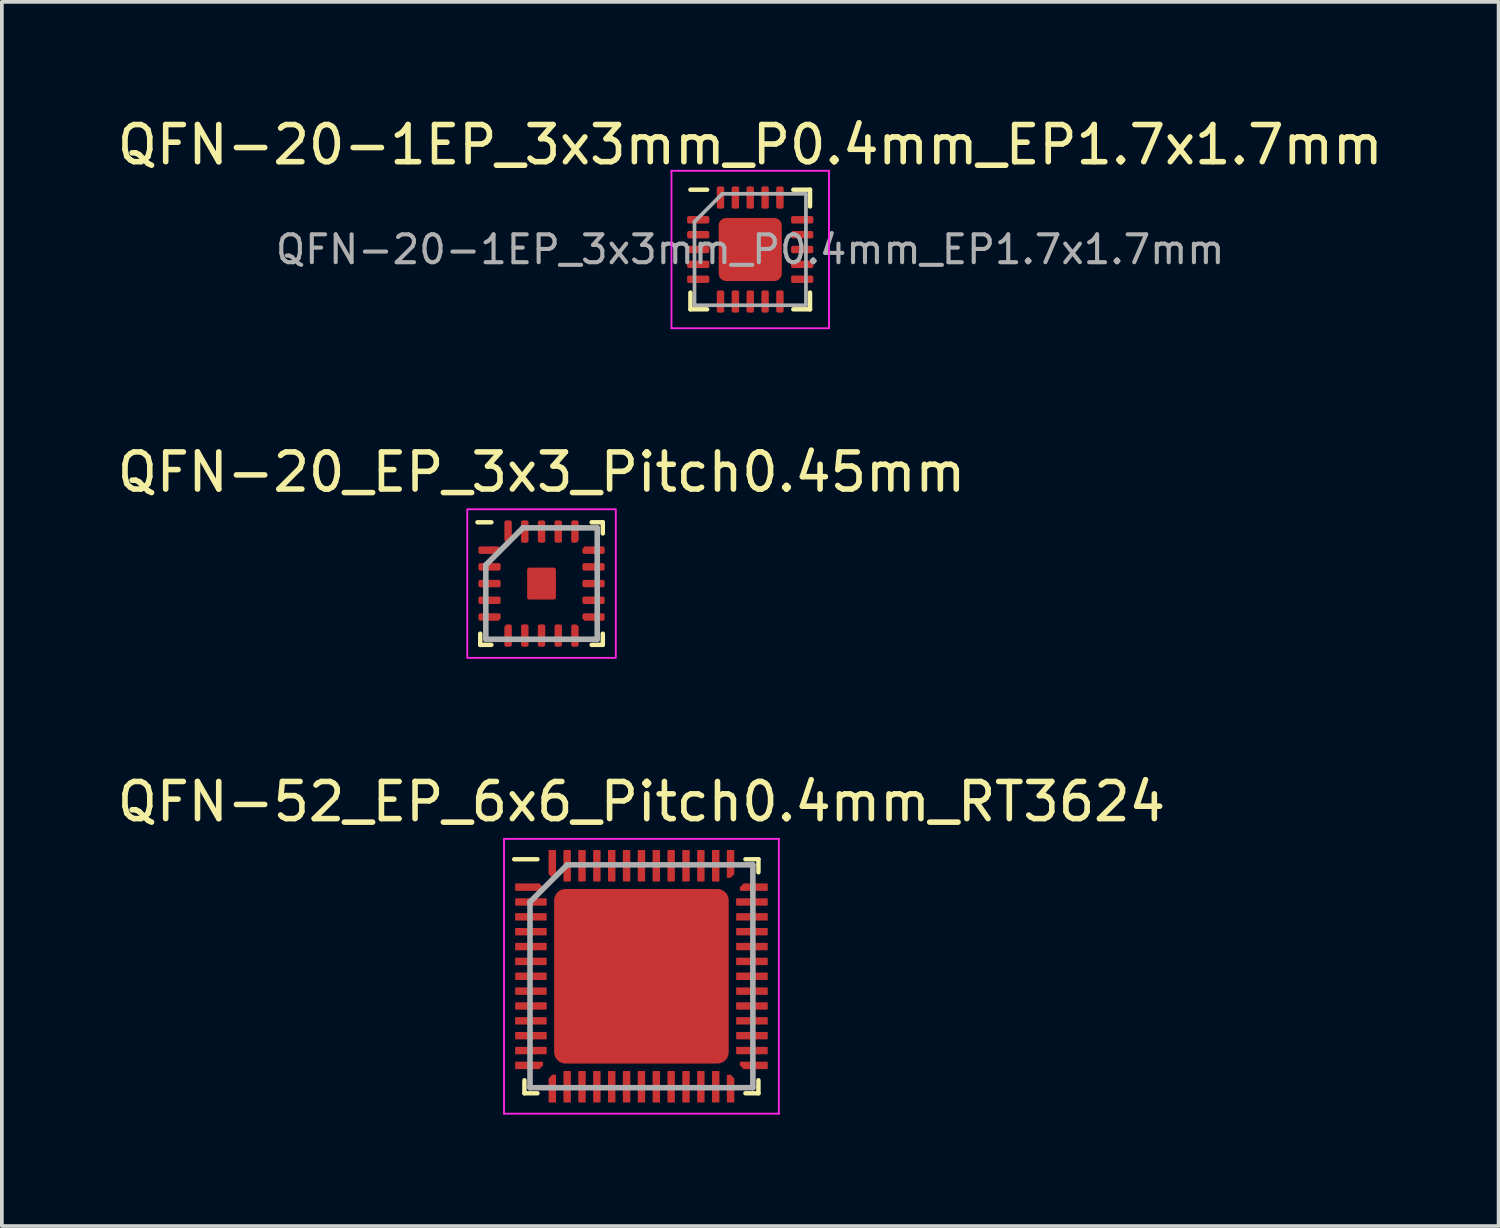
<source format=kicad_pcb>
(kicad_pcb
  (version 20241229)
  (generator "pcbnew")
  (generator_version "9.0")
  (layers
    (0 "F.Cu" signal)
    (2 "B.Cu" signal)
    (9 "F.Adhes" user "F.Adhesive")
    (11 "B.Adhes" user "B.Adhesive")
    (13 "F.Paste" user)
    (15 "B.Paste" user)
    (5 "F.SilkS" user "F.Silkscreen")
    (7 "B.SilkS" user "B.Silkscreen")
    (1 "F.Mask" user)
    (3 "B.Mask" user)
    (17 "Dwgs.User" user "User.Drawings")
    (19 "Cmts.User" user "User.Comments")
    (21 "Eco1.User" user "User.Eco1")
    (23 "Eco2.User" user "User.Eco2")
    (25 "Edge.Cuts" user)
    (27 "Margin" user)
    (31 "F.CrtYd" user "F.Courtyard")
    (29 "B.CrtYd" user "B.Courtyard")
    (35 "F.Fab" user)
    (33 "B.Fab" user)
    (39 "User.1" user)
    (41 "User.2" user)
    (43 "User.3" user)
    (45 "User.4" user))
  (footprint "QFN-52_EP_6x6_Pitch0.4mm_RT3624"
    (layer "F.Cu")
    (at 14.22 23.235)
    (property "Reference" "QFN-52_EP_6x6_Pitch0.4mm_RT3624" (at 0 -4.7 0) (layer "F.SilkS") (effects (font (size 1 1) (thickness 0.15))))
    (attr smd)
    (fp_line (start -3.15 3.15) (end -3.15 2.8) (stroke (width 0.12) (type default)) (layer "F.SilkS"))
    (fp_line (start -2.8 -3.15) (end -3.425 -3.15) (stroke (width 0.12) (type default)) (layer "F.SilkS"))
    (fp_line (start -2.8 3.15) (end -3.15 3.15) (stroke (width 0.12) (type default)) (layer "F.SilkS"))
    (fp_line (start 2.8 -3.15) (end 3.15 -3.15) (stroke (width 0.12) (type default)) (layer "F.SilkS"))
    (fp_line (start 2.8 3.15) (end 3.15 3.15) (stroke (width 0.12) (type default)) (layer "F.SilkS"))
    (fp_line (start 3.15 -3.15) (end 3.15 -2.8) (stroke (width 0.12) (type default)) (layer "F.SilkS"))
    (fp_line (start 3.15 3.15) (end 3.15 2.8) (stroke (width 0.12) (type default)) (layer "F.SilkS"))
    (fp_rect (start -2 -2) (end -1 -1) (stroke (width 0.12) (type solid)) (fill yes) (layer "F.Paste"))
    (fp_rect (start -2 -0.5) (end -1 0.5) (stroke (width 0.12) (type solid)) (fill yes) (layer "F.Paste"))
    (fp_rect (start -2 1) (end -1 2) (stroke (width 0.12) (type solid)) (fill yes) (layer "F.Paste"))
    (fp_rect (start -0.5 -2) (end 0.5 -1) (stroke (width 0.12) (type solid)) (fill yes) (layer "F.Paste"))
    (fp_rect (start -0.5 -0.5) (end 0.5 0.5) (stroke (width 0.12) (type solid)) (fill yes) (layer "F.Paste"))
    (fp_rect (start -0.5 1) (end 0.5 2) (stroke (width 0.12) (type solid)) (fill yes) (layer "F.Paste"))
    (fp_rect (start 1 -2) (end 2 -1) (stroke (width 0.12) (type solid)) (fill yes) (layer "F.Paste"))
    (fp_rect (start 1 -0.5) (end 2 0.5) (stroke (width 0.12) (type solid)) (fill yes) (layer "F.Paste"))
    (fp_rect (start 1 1) (end 2 2) (stroke (width 0.12) (type solid)) (fill yes) (layer "F.Paste"))
    (fp_line (start -3.7 -3.7) (end 3.7 -3.7) (stroke (width 0.05) (type default)) (layer "F.CrtYd"))
    (fp_line (start -3.7 3.7) (end -3.7 -3.7) (stroke (width 0.05) (type default)) (layer "F.CrtYd"))
    (fp_line (start 3.7 -3.7) (end 3.7 3.7) (stroke (width 0.05) (type default)) (layer "F.CrtYd"))
    (fp_line (start 3.7 3.7) (end -3.7 3.7) (stroke (width 0.05) (type default)) (layer "F.CrtYd"))
    (fp_line (start -3 -2) (end -3 3) (stroke (width 0.15) (type default)) (layer "F.Fab"))
    (fp_line (start -3 3) (end 3 3) (stroke (width 0.15) (type default)) (layer "F.Fab"))
    (fp_line (start -2 -3) (end -3 -2) (stroke (width 0.15) (type default)) (layer "F.Fab"))
    (fp_line (start 3 -3) (end -2 -3) (stroke (width 0.15) (type default)) (layer "F.Fab"))
    (fp_line (start 3 3) (end 3 -3) (stroke (width 0.15) (type default)) (layer "F.Fab"))
    (pad "1" smd roundrect (at -3.025 -2.4) (size 0.75 0.2) (layers "F.Cu" "F.Mask" "F.Paste") (roundrect_rratio 0.1) (chamfer_ratio 0.5) (chamfer top_right))
    (pad "2" smd roundrect (at -2.975 -2) (size 0.85 0.2) (layers "F.Cu" "F.Mask" "F.Paste") (roundrect_rratio 0.1))
    (pad "3" smd roundrect (at -2.975 -1.6) (size 0.85 0.2) (layers "F.Cu" "F.Mask" "F.Paste") (roundrect_rratio 0.1))
    (pad "4" smd roundrect (at -2.975 -1.2) (size 0.85 0.2) (layers "F.Cu" "F.Mask" "F.Paste") (roundrect_rratio 0.1))
    (pad "5" smd roundrect (at -2.975 -0.8) (size 0.85 0.2) (layers "F.Cu" "F.Mask" "F.Paste") (roundrect_rratio 0.1))
    (pad "6" smd roundrect (at -2.975 -0.4) (size 0.85 0.2) (layers "F.Cu" "F.Mask" "F.Paste") (roundrect_rratio 0.1))
    (pad "7" smd roundrect (at -2.975 0) (size 0.85 0.2) (layers "F.Cu" "F.Mask" "F.Paste") (roundrect_rratio 0.1))
    (pad "8" smd roundrect (at -2.975 0.4) (size 0.85 0.2) (layers "F.Cu" "F.Mask" "F.Paste") (roundrect_rratio 0.1))
    (pad "9" smd roundrect (at -2.975 0.8) (size 0.85 0.2) (layers "F.Cu" "F.Mask" "F.Paste") (roundrect_rratio 0.1))
    (pad "10" smd roundrect (at -2.975 1.2) (size 0.85 0.2) (layers "F.Cu" "F.Mask" "F.Paste") (roundrect_rratio 0.1))
    (pad "11" smd roundrect (at -2.975 1.6) (size 0.85 0.2) (layers "F.Cu" "F.Mask" "F.Paste") (roundrect_rratio 0.1))
    (pad "12" smd roundrect (at -2.975 2) (size 0.85 0.2) (layers "F.Cu" "F.Mask" "F.Paste") (roundrect_rratio 0.1))
    (pad "13" smd roundrect (at -3.025 2.4) (size 0.75 0.2) (layers "F.Cu" "F.Mask" "F.Paste") (roundrect_rratio 0.1) (chamfer_ratio 0.5) (chamfer bottom_right))
    (pad "14" smd roundrect (at -2.4 3.025) (size 0.2 0.75) (layers "F.Cu" "F.Mask" "F.Paste") (roundrect_rratio 0.1) (chamfer_ratio 0.5) (chamfer top_left))
    (pad "15" smd roundrect (at -2 2.975 90) (size 0.85 0.2) (layers "F.Cu" "F.Mask" "F.Paste") (roundrect_rratio 0.1))
    (pad "16" smd roundrect (at -1.6 2.975 90) (size 0.85 0.2) (layers "F.Cu" "F.Mask" "F.Paste") (roundrect_rratio 0.1))
    (pad "17" smd roundrect (at -1.2 2.975 90) (size 0.85 0.2) (layers "F.Cu" "F.Mask" "F.Paste") (roundrect_rratio 0.1))
    (pad "18" smd roundrect (at -0.8 2.975 90) (size 0.85 0.2) (layers "F.Cu" "F.Mask" "F.Paste") (roundrect_rratio 0.1))
    (pad "19" smd roundrect (at -0.4 2.975 90) (size 0.85 0.2) (layers "F.Cu" "F.Mask" "F.Paste") (roundrect_rratio 0.1))
    (pad "20" smd roundrect (at 0 2.975 90) (size 0.85 0.2) (layers "F.Cu" "F.Mask" "F.Paste") (roundrect_rratio 0.1))
    (pad "21" smd roundrect (at 0.4 2.975 90) (size 0.85 0.2) (layers "F.Cu" "F.Mask" "F.Paste") (roundrect_rratio 0.1))
    (pad "22" smd roundrect (at 0.8 2.975 90) (size 0.85 0.2) (layers "F.Cu" "F.Mask" "F.Paste") (roundrect_rratio 0.1))
    (pad "23" smd roundrect (at 1.2 2.975 90) (size 0.85 0.2) (layers "F.Cu" "F.Mask" "F.Paste") (roundrect_rratio 0.1))
    (pad "24" smd roundrect (at 1.6 2.975 90) (size 0.85 0.2) (layers "F.Cu" "F.Mask" "F.Paste") (roundrect_rratio 0.1))
    (pad "25" smd roundrect (at 2 2.975 90) (size 0.85 0.2) (layers "F.Cu" "F.Mask" "F.Paste") (roundrect_rratio 0.1))
    (pad "26" smd roundrect (at 2.4 3.025) (size 0.2 0.75) (layers "F.Cu" "F.Mask" "F.Paste") (roundrect_rratio 0.1) (chamfer_ratio 0.5) (chamfer top_right))
    (pad "27" smd roundrect (at 3.025 2.4) (size 0.75 0.2) (layers "F.Cu" "F.Mask" "F.Paste") (roundrect_rratio 0.1) (chamfer_ratio 0.5) (chamfer bottom_left))
    (pad "28" smd roundrect (at 2.975 2) (size 0.85 0.2) (layers "F.Cu" "F.Mask" "F.Paste") (roundrect_rratio 0.1))
    (pad "29" smd roundrect (at 2.975 1.6) (size 0.85 0.2) (layers "F.Cu" "F.Mask" "F.Paste") (roundrect_rratio 0.1))
    (pad "30" smd roundrect (at 2.975 1.2) (size 0.85 0.2) (layers "F.Cu" "F.Mask" "F.Paste") (roundrect_rratio 0.1))
    (pad "31" smd roundrect (at 2.975 0.8) (size 0.85 0.2) (layers "F.Cu" "F.Mask" "F.Paste") (roundrect_rratio 0.1))
    (pad "32" smd roundrect (at 2.975 0.4) (size 0.85 0.2) (layers "F.Cu" "F.Mask" "F.Paste") (roundrect_rratio 0.1))
    (pad "33" smd roundrect (at 2.975 0) (size 0.85 0.2) (layers "F.Cu" "F.Mask" "F.Paste") (roundrect_rratio 0.1))
    (pad "34" smd roundrect (at 2.975 -0.4) (size 0.85 0.2) (layers "F.Cu" "F.Mask" "F.Paste") (roundrect_rratio 0.1))
    (pad "35" smd roundrect (at 2.975 -0.8) (size 0.85 0.2) (layers "F.Cu" "F.Mask" "F.Paste") (roundrect_rratio 0.1))
    (pad "36" smd roundrect (at 2.975 -1.2) (size 0.85 0.2) (layers "F.Cu" "F.Mask" "F.Paste") (roundrect_rratio 0.1))
    (pad "37" smd roundrect (at 2.975 -1.6) (size 0.85 0.2) (layers "F.Cu" "F.Mask" "F.Paste") (roundrect_rratio 0.1))
    (pad "38" smd roundrect (at 2.975 -2) (size 0.85 0.2) (layers "F.Cu" "F.Mask" "F.Paste") (roundrect_rratio 0.1))
    (pad "39" smd roundrect (at 3.025 -2.4) (size 0.75 0.2) (layers "F.Cu" "F.Mask" "F.Paste") (roundrect_rratio 0.1) (chamfer_ratio 0.5) (chamfer top_left))
    (pad "40" smd roundrect (at 2.4 -3.025) (size 0.2 0.75) (layers "F.Cu" "F.Mask" "F.Paste") (roundrect_rratio 0.1) (chamfer_ratio 0.5) (chamfer bottom_right))
    (pad "41" smd roundrect (at 2 -2.975 90) (size 0.85 0.2) (layers "F.Cu" "F.Mask" "F.Paste") (roundrect_rratio 0.1))
    (pad "42" smd roundrect (at 1.6 -2.975 90) (size 0.85 0.2) (layers "F.Cu" "F.Mask" "F.Paste") (roundrect_rratio 0.1))
    (pad "43" smd roundrect (at 1.2 -2.975 90) (size 0.85 0.2) (layers "F.Cu" "F.Mask" "F.Paste") (roundrect_rratio 0.1))
    (pad "44" smd roundrect (at 0.8 -2.975 90) (size 0.85 0.2) (layers "F.Cu" "F.Mask" "F.Paste") (roundrect_rratio 0.1))
    (pad "45" smd roundrect (at 0.4 -2.975 90) (size 0.85 0.2) (layers "F.Cu" "F.Mask" "F.Paste") (roundrect_rratio 0.1))
    (pad "46" smd roundrect (at 0 -2.975 90) (size 0.85 0.2) (layers "F.Cu" "F.Mask" "F.Paste") (roundrect_rratio 0.1))
    (pad "47" smd roundrect (at -0.4 -2.975 90) (size 0.85 0.2) (layers "F.Cu" "F.Mask" "F.Paste") (roundrect_rratio 0.1))
    (pad "48" smd roundrect (at -0.8 -2.975 90) (size 0.85 0.2) (layers "F.Cu" "F.Mask" "F.Paste") (roundrect_rratio 0.1))
    (pad "49" smd roundrect (at -1.2 -2.975 90) (size 0.85 0.2) (layers "F.Cu" "F.Mask" "F.Paste") (roundrect_rratio 0.1))
    (pad "50" smd roundrect (at -1.6 -2.975 90) (size 0.85 0.2) (layers "F.Cu" "F.Mask" "F.Paste") (roundrect_rratio 0.1))
    (pad "51" smd roundrect (at -2 -2.975 90) (size 0.85 0.2) (layers "F.Cu" "F.Mask" "F.Paste") (roundrect_rratio 0.1))
    (pad "52" smd roundrect (at -2.4 -3.025) (size 0.2 0.75) (layers "F.Cu" "F.Mask" "F.Paste") (roundrect_rratio 0.1) (chamfer_ratio 0.5) (chamfer bottom_left))
    (pad "53" smd roundrect (at 0 0) (size 4.7 4.7) (layers "F.Cu" "F.Mask") (roundrect_rratio 0.064)))
  (footprint "QFN-20_EP_3x3_Pitch0.45mm"
    (layer "F.Cu")
    (at 11.53 12.662)
    (property "Reference" "QFN-20_EP_3x3_Pitch0.45mm" (at 0 -3 0) (layer "F.SilkS") (effects (font (size 1 1) (thickness 0.15))))
    (attr smd)
    (fp_line (start -1.65 1.65) (end -1.65 1.35) (stroke (width 0.12) (type default)) (layer "F.SilkS"))
    (fp_line (start -1.35 -1.65) (end -1.725 -1.65) (stroke (width 0.12) (type default)) (layer "F.SilkS"))
    (fp_line (start -1.35 1.65) (end -1.65 1.65) (stroke (width 0.12) (type default)) (layer "F.SilkS"))
    (fp_line (start 1.35 -1.65) (end 1.65 -1.65) (stroke (width 0.12) (type default)) (layer "F.SilkS"))
    (fp_line (start 1.35 1.65) (end 1.65 1.65) (stroke (width 0.12) (type default)) (layer "F.SilkS"))
    (fp_line (start 1.65 -1.65) (end 1.65 -1.35) (stroke (width 0.12) (type default)) (layer "F.SilkS"))
    (fp_line (start 1.65 1.65) (end 1.65 1.35) (stroke (width 0.12) (type default)) (layer "F.SilkS"))
    (fp_rect (start -2 -2) (end 2 2) (stroke (width 0.05) (type default)) (fill no) (layer "F.CrtYd"))
    (fp_line (start -1.5 -0.5) (end -1.5 1.5) (stroke (width 0.15) (type default)) (layer "F.Fab"))
    (fp_line (start -1.5 1.5) (end 1.5 1.5) (stroke (width 0.15) (type default)) (layer "F.Fab"))
    (fp_line (start -0.5 -1.5) (end -1.5 -0.5) (stroke (width 0.15) (type default)) (layer "F.Fab"))
    (fp_line (start 1.5 -1.5) (end -0.5 -1.5) (stroke (width 0.15) (type default)) (layer "F.Fab"))
    (fp_line (start 1.5 1.5) (end 1.5 -1.5) (stroke (width 0.15) (type default)) (layer "F.Fab"))
    (pad "1" smd roundrect (at -1.4 -0.9 270) (size 0.2 0.6) (layers "F.Cu" "F.Mask" "F.Paste") (roundrect_rratio 0.25) (chamfer_ratio 0.3) (chamfer top_left))
    (pad "2" smd roundrect (at -1.4 -0.45 90) (size 0.2 0.6) (layers "F.Cu" "F.Mask" "F.Paste") (roundrect_rratio 0.25))
    (pad "3" smd roundrect (at -1.4 0 90) (size 0.2 0.6) (layers "F.Cu" "F.Mask" "F.Paste") (roundrect_rratio 0.25))
    (pad "4" smd roundrect (at -1.4 0.45 90) (size 0.2 0.6) (layers "F.Cu" "F.Mask" "F.Paste") (roundrect_rratio 0.25))
    (pad "5" smd roundrect (at -1.4 0.9 90) (size 0.2 0.6) (layers "F.Cu" "F.Mask" "F.Paste") (roundrect_rratio 0.25) (chamfer_ratio 0.3) (chamfer bottom_left))
    (pad "6" smd roundrect (at -0.9 1.4) (size 0.2 0.6) (layers "F.Cu" "F.Mask" "F.Paste") (roundrect_rratio 0.25) (chamfer_ratio 0.3) (chamfer top_left))
    (pad "7" smd roundrect (at -0.45 1.4 180) (size 0.2 0.6) (layers "F.Cu" "F.Mask" "F.Paste") (roundrect_rratio 0.25))
    (pad "8" smd roundrect (at 0 1.4 180) (size 0.2 0.6) (layers "F.Cu" "F.Mask" "F.Paste") (roundrect_rratio 0.25))
    (pad "9" smd roundrect (at 0.45 1.4 180) (size 0.2 0.6) (layers "F.Cu" "F.Mask" "F.Paste") (roundrect_rratio 0.25))
    (pad "10" smd roundrect (at 0.9 1.4 180) (size 0.2 0.6) (layers "F.Cu" "F.Mask" "F.Paste") (roundrect_rratio 0.25) (chamfer_ratio 0.3) (chamfer bottom_left))
    (pad "11" smd roundrect (at 1.4 0.9 90) (size 0.2 0.6) (layers "F.Cu" "F.Mask" "F.Paste") (roundrect_rratio 0.25) (chamfer_ratio 0.3) (chamfer top_left))
    (pad "12" smd roundrect (at 1.4 0.45 90) (size 0.2 0.6) (layers "F.Cu" "F.Mask" "F.Paste") (roundrect_rratio 0.25))
    (pad "13" smd roundrect (at 1.4 0 90) (size 0.2 0.6) (layers "F.Cu" "F.Mask" "F.Paste") (roundrect_rratio 0.25))
    (pad "14" smd roundrect (at 1.4 -0.45 90) (size 0.2 0.6) (layers "F.Cu" "F.Mask" "F.Paste") (roundrect_rratio 0.25))
    (pad "15" smd roundrect (at 1.4 -0.9 270) (size 0.2 0.6) (layers "F.Cu" "F.Mask" "F.Paste") (roundrect_rratio 0.25) (chamfer_ratio 0.3) (chamfer bottom_left))
    (pad "16" smd roundrect (at 0.9 -1.4 180) (size 0.2 0.6) (layers "F.Cu" "F.Mask" "F.Paste") (roundrect_rratio 0.25) (chamfer_ratio 0.3) (chamfer top_left))
    (pad "17" smd roundrect (at 0.45 -1.4 180) (size 0.2 0.6) (layers "F.Cu" "F.Mask" "F.Paste") (roundrect_rratio 0.25))
    (pad "18" smd roundrect (at 0 -1.4 180) (size 0.2 0.6) (layers "F.Cu" "F.Mask" "F.Paste") (roundrect_rratio 0.25))
    (pad "19" smd roundrect (at -0.45 -1.4 180) (size 0.2 0.6) (layers "F.Cu" "F.Mask" "F.Paste") (roundrect_rratio 0.25))
    (pad "20" smd roundrect (at -0.9 -1.4) (size 0.2 0.6) (layers "F.Cu" "F.Mask" "F.Paste") (roundrect_rratio 0.25) (chamfer_ratio 0.3) (chamfer bottom_left))
    (pad "21" smd roundrect (at 0 0) (size 0.775 0.86) (layers "F.Cu" "F.Mask" "F.Paste") (roundrect_rratio 0.074)))
  (footprint "QFN-20-1EP_3x3mm_P0.4mm_EP1.7x1.7mm"
    (layer "F.Cu")
    (at 17.149 3.668)
    (property "Reference" "QFN-20-1EP_3x3mm_P0.4mm_EP1.7x1.7mm" (at 0 -2.82 0) (layer "F.SilkS") (effects (font (size 1 1) (thickness 0.15))))
    (attr smd)
    (fp_line (start -1.61 1.61) (end -1.61 1.16) (stroke (width 0.12) (type solid)) (layer "F.SilkS"))
    (fp_line (start -1.16 -1.61) (end -1.61 -1.61) (stroke (width 0.12) (type solid)) (layer "F.SilkS"))
    (fp_line (start -1.16 1.61) (end -1.61 1.61) (stroke (width 0.12) (type solid)) (layer "F.SilkS"))
    (fp_line (start 1.16 -1.61) (end 1.61 -1.61) (stroke (width 0.12) (type solid)) (layer "F.SilkS"))
    (fp_line (start 1.16 1.61) (end 1.61 1.61) (stroke (width 0.12) (type solid)) (layer "F.SilkS"))
    (fp_line (start 1.61 -1.61) (end 1.61 -1.16) (stroke (width 0.12) (type solid)) (layer "F.SilkS"))
    (fp_line (start 1.61 1.61) (end 1.61 1.16) (stroke (width 0.12) (type solid)) (layer "F.SilkS"))
    (fp_line (start -2.12 -2.12) (end -2.12 2.12) (stroke (width 0.05) (type solid)) (layer "F.CrtYd"))
    (fp_line (start -2.12 2.12) (end 2.12 2.12) (stroke (width 0.05) (type solid)) (layer "F.CrtYd"))
    (fp_line (start 2.12 -2.12) (end -2.12 -2.12) (stroke (width 0.05) (type solid)) (layer "F.CrtYd"))
    (fp_line (start 2.12 2.12) (end 2.12 -2.12) (stroke (width 0.05) (type solid)) (layer "F.CrtYd"))
    (fp_line (start -1.5 -0.75) (end -0.75 -1.5) (stroke (width 0.1) (type solid)) (layer "F.Fab"))
    (fp_line (start -1.5 1.5) (end -1.5 -0.75) (stroke (width 0.1) (type solid)) (layer "F.Fab"))
    (fp_line (start -0.75 -1.5) (end 1.5 -1.5) (stroke (width 0.1) (type solid)) (layer "F.Fab"))
    (fp_line (start 1.5 -1.5) (end 1.5 1.5) (stroke (width 0.1) (type solid)) (layer "F.Fab"))
    (fp_line (start 1.5 1.5) (end -1.5 1.5) (stroke (width 0.1) (type solid)) (layer "F.Fab"))
    (fp_text user "${REFERENCE}" (at 0 0 0) (layer "F.Fab") (effects (font (size 0.75 0.75) (thickness 0.11))))
    (pad "" smd roundrect (at -0.475 -0.475) (size 0.75 0.75) (layers "F.Paste") (roundrect_rratio 0.25))
    (pad "" smd roundrect (at -0.475 0.475) (size 0.75 0.75) (layers "F.Paste") (roundrect_rratio 0.25))
    (pad "" smd roundrect (at 0.475 -0.475) (size 0.75 0.75) (layers "F.Paste") (roundrect_rratio 0.25))
    (pad "" smd roundrect (at 0.475 0.475) (size 0.75 0.75) (layers "F.Paste") (roundrect_rratio 0.25))
    (pad "1" smd roundrect (at -1.4 -0.8) (size 0.6 0.2) (layers "F.Cu" "F.Mask" "F.Paste") (roundrect_rratio 0.25))
    (pad "2" smd roundrect (at -1.4 -0.4) (size 0.6 0.2) (layers "F.Cu" "F.Mask" "F.Paste") (roundrect_rratio 0.25))
    (pad "3" smd roundrect (at -1.4 0) (size 0.6 0.2) (layers "F.Cu" "F.Mask" "F.Paste") (roundrect_rratio 0.25))
    (pad "4" smd roundrect (at -1.4 0.4) (size 0.6 0.2) (layers "F.Cu" "F.Mask" "F.Paste") (roundrect_rratio 0.25))
    (pad "5" smd roundrect (at -1.4 0.8) (size 0.6 0.2) (layers "F.Cu" "F.Mask" "F.Paste") (roundrect_rratio 0.25))
    (pad "6" smd roundrect (at -0.8 1.4 90) (size 0.6 0.2) (layers "F.Cu" "F.Mask" "F.Paste") (roundrect_rratio 0.25))
    (pad "7" smd roundrect (at -0.4 1.4 90) (size 0.6 0.2) (layers "F.Cu" "F.Mask" "F.Paste") (roundrect_rratio 0.25))
    (pad "8" smd roundrect (at 0 1.4 90) (size 0.6 0.2) (layers "F.Cu" "F.Mask" "F.Paste") (roundrect_rratio 0.25))
    (pad "9" smd roundrect (at 0.4 1.4 90) (size 0.6 0.2) (layers "F.Cu" "F.Mask" "F.Paste") (roundrect_rratio 0.25))
    (pad "10" smd roundrect (at 0.8 1.4 90) (size 0.6 0.2) (layers "F.Cu" "F.Mask" "F.Paste") (roundrect_rratio 0.25))
    (pad "11" smd roundrect (at 1.4 0.8) (size 0.6 0.2) (layers "F.Cu" "F.Mask" "F.Paste") (roundrect_rratio 0.25))
    (pad "12" smd roundrect (at 1.4 0.4) (size 0.6 0.2) (layers "F.Cu" "F.Mask" "F.Paste") (roundrect_rratio 0.25))
    (pad "13" smd roundrect (at 1.4 0) (size 0.6 0.2) (layers "F.Cu" "F.Mask" "F.Paste") (roundrect_rratio 0.25))
    (pad "14" smd roundrect (at 1.4 -0.4) (size 0.6 0.2) (layers "F.Cu" "F.Mask" "F.Paste") (roundrect_rratio 0.25))
    (pad "15" smd roundrect (at 1.4 -0.8) (size 0.6 0.2) (layers "F.Cu" "F.Mask" "F.Paste") (roundrect_rratio 0.25))
    (pad "16" smd roundrect (at 0.8 -1.4 90) (size 0.6 0.2) (layers "F.Cu" "F.Mask" "F.Paste") (roundrect_rratio 0.25))
    (pad "17" smd roundrect (at 0.4 -1.4 90) (size 0.6 0.2) (layers "F.Cu" "F.Mask" "F.Paste") (roundrect_rratio 0.25))
    (pad "18" smd roundrect (at 0 -1.4 90) (size 0.6 0.2) (layers "F.Cu" "F.Mask" "F.Paste") (roundrect_rratio 0.25))
    (pad "19" smd roundrect (at -0.4 -1.4 90) (size 0.6 0.2) (layers "F.Cu" "F.Mask" "F.Paste") (roundrect_rratio 0.25))
    (pad "20" smd roundrect (at -0.8 -1.4 90) (size 0.6 0.2) (layers "F.Cu" "F.Mask" "F.Paste") (roundrect_rratio 0.25))
    (pad "21" smd roundrect (at 0 0) (size 1.7 1.7) (layers "F.Cu" "F.Mask") (roundrect_rratio 0.118)))
  (gr_rect
    (start -3 -3)
    (end 37.298 29.96)
    (stroke (width 0.1) (type default))
    (fill no)
    (layer "Edge.Cuts")))
</source>
